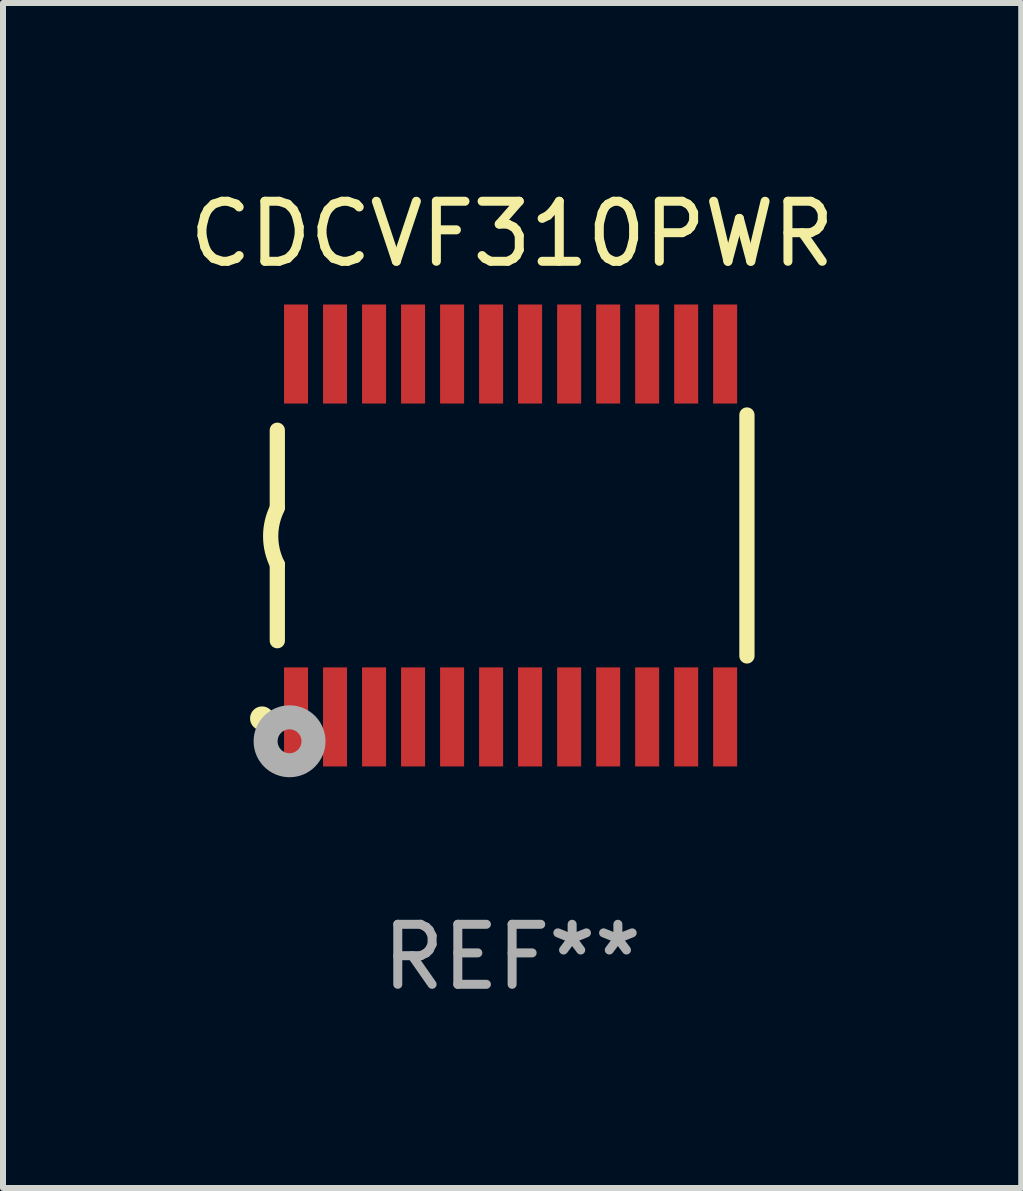
<source format=kicad_pcb>
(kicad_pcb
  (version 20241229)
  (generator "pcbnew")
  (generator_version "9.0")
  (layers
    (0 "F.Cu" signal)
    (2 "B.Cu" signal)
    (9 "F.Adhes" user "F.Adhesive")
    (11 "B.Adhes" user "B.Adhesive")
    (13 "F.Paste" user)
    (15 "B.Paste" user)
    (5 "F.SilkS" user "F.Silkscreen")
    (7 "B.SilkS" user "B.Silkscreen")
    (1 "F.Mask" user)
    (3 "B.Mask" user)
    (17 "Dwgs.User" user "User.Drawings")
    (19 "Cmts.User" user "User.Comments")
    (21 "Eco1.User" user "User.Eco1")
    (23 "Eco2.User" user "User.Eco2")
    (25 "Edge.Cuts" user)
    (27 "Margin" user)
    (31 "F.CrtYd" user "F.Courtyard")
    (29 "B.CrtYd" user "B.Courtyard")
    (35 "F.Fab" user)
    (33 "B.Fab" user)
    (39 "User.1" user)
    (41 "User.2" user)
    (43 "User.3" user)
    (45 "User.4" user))
  (footprint "CDCVF310PWR"
    (layer "F.Cu")
    (at 5.482 5.871)
    (property "Reference" "CDCVF310PWR" (at 0 -5.023 0) (layer "F.SilkS") (effects (font (size 1 1) (thickness 0.15))))
    (attr through_hole)
    (fp_line (start -3.912 -0.483) (end -3.912 -1.753) (stroke (width 0.254) (type solid)) (layer "F.SilkS"))
    (fp_line (start -3.912 1.753) (end -3.912 0.483) (stroke (width 0.254) (type solid)) (layer "F.SilkS"))
    (fp_line (start 3.912 -2.007) (end 3.912 2.007) (stroke (width 0.254) (type solid)) (layer "F.SilkS"))
    (fp_arc (start -3.911608 0.482601) (mid -4.022537 0.0127) (end -3.911608 -0.457201) (stroke (width 0.254001) (type solid)) (layer "F.SilkS"))
    (fp_circle (center -4.166 3.048) (end -4.066 3.048) (stroke (width 0.2) (type solid)) (fill no) (layer "F.SilkS"))
    (fp_circle (center -3.925 3.186) (end -3.895 3.186) (stroke (width 0.06) (type solid)) (fill no) (layer "F.SilkS"))
    (fp_circle (center -3.708 3.429) (end -3.509 3.429) (stroke (width 0.4) (type solid)) (fill no) (layer "F.Fab"))
    (fp_text user "REF**" (at 0 7.023 0) (layer "F.Fab") (effects (font (size 1 1) (thickness 0.15))))
    (pad "1" smd rect (at -3.6 3.023) (size 0.4 1.65) (layers "F.Cu" "F.Mask" "F.Paste"))
    (pad "2" smd rect (at -2.95 3.023) (size 0.4 1.65) (layers "F.Cu" "F.Mask" "F.Paste"))
    (pad "3" smd rect (at -2.3 3.023) (size 0.4 1.65) (layers "F.Cu" "F.Mask" "F.Paste"))
    (pad "4" smd rect (at -1.65 3.023) (size 0.4 1.65) (layers "F.Cu" "F.Mask" "F.Paste"))
    (pad "5" smd rect (at -1 3.023) (size 0.4 1.65) (layers "F.Cu" "F.Mask" "F.Paste"))
    (pad "6" smd rect (at -0.35 3.023) (size 0.4 1.65) (layers "F.Cu" "F.Mask" "F.Paste"))
    (pad "7" smd rect (at 0.299 3.023) (size 0.4 1.65) (layers "F.Cu" "F.Mask" "F.Paste"))
    (pad "8" smd rect (at 0.95 3.023) (size 0.4 1.65) (layers "F.Cu" "F.Mask" "F.Paste"))
    (pad "9" smd rect (at 1.6 3.023) (size 0.4 1.65) (layers "F.Cu" "F.Mask" "F.Paste"))
    (pad "10" smd rect (at 2.25 3.023) (size 0.4 1.65) (layers "F.Cu" "F.Mask" "F.Paste"))
    (pad "11" smd rect (at 2.9 3.023) (size 0.4 1.65) (layers "F.Cu" "F.Mask" "F.Paste"))
    (pad "12" smd rect (at 3.549 3.023) (size 0.4 1.65) (layers "F.Cu" "F.Mask" "F.Paste"))
    (pad "13" smd rect (at 3.549 -3.023) (size 0.4 1.65) (layers "F.Cu" "F.Mask" "F.Paste"))
    (pad "14" smd rect (at 2.9 -3.023) (size 0.4 1.65) (layers "F.Cu" "F.Mask" "F.Paste"))
    (pad "15" smd rect (at 2.25 -3.023) (size 0.4 1.65) (layers "F.Cu" "F.Mask" "F.Paste"))
    (pad "16" smd rect (at 1.6 -3.023) (size 0.4 1.65) (layers "F.Cu" "F.Mask" "F.Paste"))
    (pad "17" smd rect (at 0.95 -3.023) (size 0.4 1.65) (layers "F.Cu" "F.Mask" "F.Paste"))
    (pad "18" smd rect (at 0.299 -3.023) (size 0.4 1.65) (layers "F.Cu" "F.Mask" "F.Paste"))
    (pad "19" smd rect (at -0.35 -3.023) (size 0.4 1.65) (layers "F.Cu" "F.Mask" "F.Paste"))
    (pad "20" smd rect (at -1 -3.023) (size 0.4 1.65) (layers "F.Cu" "F.Mask" "F.Paste"))
    (pad "21" smd rect (at -1.65 -3.023) (size 0.4 1.65) (layers "F.Cu" "F.Mask" "F.Paste"))
    (pad "22" smd rect (at -2.3 -3.023) (size 0.4 1.65) (layers "F.Cu" "F.Mask" "F.Paste"))
    (pad "23" smd rect (at -2.95 -3.023) (size 0.4 1.65) (layers "F.Cu" "F.Mask" "F.Paste"))
    (pad "24" smd rect (at -3.6 -3.023) (size 0.4 1.65) (layers "F.Cu" "F.Mask" "F.Paste")))
  (gr_rect
    (start -3 -3)
    (end 13.964 16.742)
    (stroke (width 0.1) (type default))
    (fill no)
    (layer "Edge.Cuts")))
</source>
